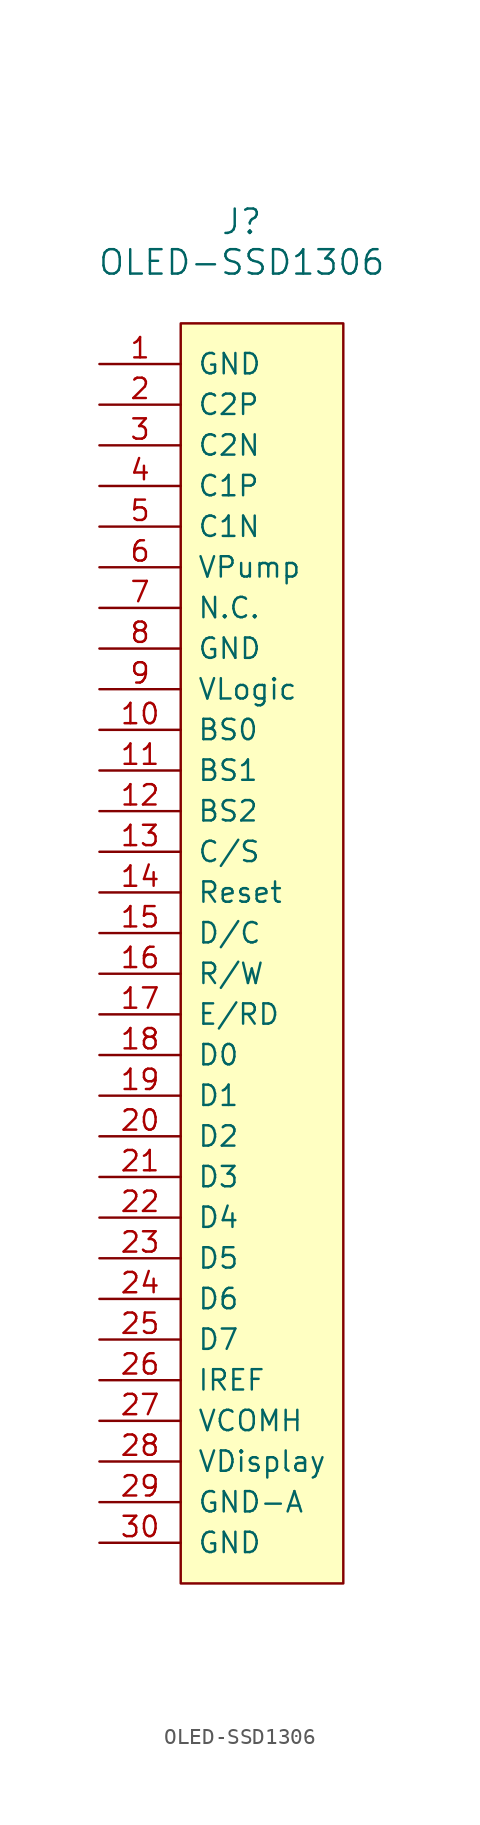
<source format=kicad_sym>
(kicad_symbol_lib
  (version 20220914)
  (generator kicad_symbol_editor)
  (symbol "OLED-SSD1306"
    (pin_names
      (offset 1.016))
    (property "Reference" "J"
      (at -1.27 44.45 0)
      (effects (font (size 1.524 1.524))))
    (property "Value" "OLED-SSD1306"
      (at -1.27 41.91 0)
      (effects (font (size 1.524 1.524))))
    (property "Footprint" ""
      (at -10.16 8.89 90)
      (effects (font (size 1.524 1.524))))
    (property "Datasheet" ""
      (at -10.16 8.89 90)
      (effects (font (size 1.524 1.524))))
    (symbol "OLED-SSD1306_0_0"
      (rectangle (start -5.08 38.1) (end 5.08 -40.64) (stroke (width 0) (type default)) (fill (type background))))
    (symbol "OLED-SSD1306_1_1"
      (pin input line (at -10.16 35.56 0) (length 5.08) (name "GND" (effects (font (size 1.27 1.27)))) (number "1" (effects (font (size 1.27 1.27)))))
      (pin input line (at -10.16 12.7 0) (length 5.08) (name "BS0" (effects (font (size 1.27 1.27)))) (number "10" (effects (font (size 1.27 1.27)))))
      (pin input line (at -10.16 10.16 0) (length 5.08) (name "BS1" (effects (font (size 1.27 1.27)))) (number "11" (effects (font (size 1.27 1.27)))))
      (pin input line (at -10.16 7.62 0) (length 5.08) (name "BS2" (effects (font (size 1.27 1.27)))) (number "12" (effects (font (size 1.27 1.27)))))
      (pin input line (at -10.16 5.08 0) (length 5.08) (name "C/S" (effects (font (size 1.27 1.27)))) (number "13" (effects (font (size 1.27 1.27)))))
      (pin input line (at -10.16 2.54 0) (length 5.08) (name "Reset" (effects (font (size 1.27 1.27)))) (number "14" (effects (font (size 1.27 1.27)))))
      (pin input line (at -10.16 0 0) (length 5.08) (name "D/C" (effects (font (size 1.27 1.27)))) (number "15" (effects (font (size 1.27 1.27)))))
      (pin input line (at -10.16 -2.54 0) (length 5.08) (name "R/W" (effects (font (size 1.27 1.27)))) (number "16" (effects (font (size 1.27 1.27)))))
      (pin input line (at -10.16 -5.08 0) (length 5.08) (name "E/RD" (effects (font (size 1.27 1.27)))) (number "17" (effects (font (size 1.27 1.27)))))
      (pin input line (at -10.16 -7.62 0) (length 5.08) (name "D0" (effects (font (size 1.27 1.27)))) (number "18" (effects (font (size 1.27 1.27)))))
      (pin input line (at -10.16 -10.16 0) (length 5.08) (name "D1" (effects (font (size 1.27 1.27)))) (number "19" (effects (font (size 1.27 1.27)))))
      (pin input line (at -10.16 33.02 0) (length 5.08) (name "C2P" (effects (font (size 1.27 1.27)))) (number "2" (effects (font (size 1.27 1.27)))))
      (pin input line (at -10.16 -12.7 0) (length 5.08) (name "D2" (effects (font (size 1.27 1.27)))) (number "20" (effects (font (size 1.27 1.27)))))
      (pin input line (at -10.16 -15.24 0) (length 5.08) (name "D3" (effects (font (size 1.27 1.27)))) (number "21" (effects (font (size 1.27 1.27)))))
      (pin input line (at -10.16 -17.78 0) (length 5.08) (name "D4" (effects (font (size 1.27 1.27)))) (number "22" (effects (font (size 1.27 1.27)))))
      (pin input line (at -10.16 -20.32 0) (length 5.08) (name "D5" (effects (font (size 1.27 1.27)))) (number "23" (effects (font (size 1.27 1.27)))))
      (pin input line (at -10.16 -22.86 0) (length 5.08) (name "D6" (effects (font (size 1.27 1.27)))) (number "24" (effects (font (size 1.27 1.27)))))
      (pin input line (at -10.16 -25.4 0) (length 5.08) (name "D7" (effects (font (size 1.27 1.27)))) (number "25" (effects (font (size 1.27 1.27)))))
      (pin input line (at -10.16 -27.94 0) (length 5.08) (name "IREF" (effects (font (size 1.27 1.27)))) (number "26" (effects (font (size 1.27 1.27)))))
      (pin input line (at -10.16 -30.48 0) (length 5.08) (name "VCOMH" (effects (font (size 1.27 1.27)))) (number "27" (effects (font (size 1.27 1.27)))))
      (pin input line (at -10.16 -33.02 0) (length 5.08) (name "VDisplay" (effects (font (size 1.27 1.27)))) (number "28" (effects (font (size 1.27 1.27)))))
      (pin input line (at -10.16 -35.56 0) (length 5.08) (name "GND-A" (effects (font (size 1.27 1.27)))) (number "29" (effects (font (size 1.27 1.27)))))
      (pin input line (at -10.16 30.48 0) (length 5.08) (name "C2N" (effects (font (size 1.27 1.27)))) (number "3" (effects (font (size 1.27 1.27)))))
      (pin input line (at -10.16 -38.1 0) (length 5.08) (name "GND" (effects (font (size 1.27 1.27)))) (number "30" (effects (font (size 1.27 1.27)))))
      (pin input line (at -10.16 27.94 0) (length 5.08) (name "C1P" (effects (font (size 1.27 1.27)))) (number "4" (effects (font (size 1.27 1.27)))))
      (pin input line (at -10.16 25.4 0) (length 5.08) (name "C1N" (effects (font (size 1.27 1.27)))) (number "5" (effects (font (size 1.27 1.27)))))
      (pin input line (at -10.16 22.86 0) (length 5.08) (name "VPump" (effects (font (size 1.27 1.27)))) (number "6" (effects (font (size 1.27 1.27)))))
      (pin input line (at -10.16 20.32 0) (length 5.08) (name "N.C." (effects (font (size 1.27 1.27)))) (number "7" (effects (font (size 1.27 1.27)))))
      (pin input line (at -10.16 17.78 0) (length 5.08) (name "GND" (effects (font (size 1.27 1.27)))) (number "8" (effects (font (size 1.27 1.27)))))
      (pin input line (at -10.16 15.24 0) (length 5.08) (name "VLogic" (effects (font (size 1.27 1.27)))) (number "9" (effects (font (size 1.27 1.27))))))))
</source>
